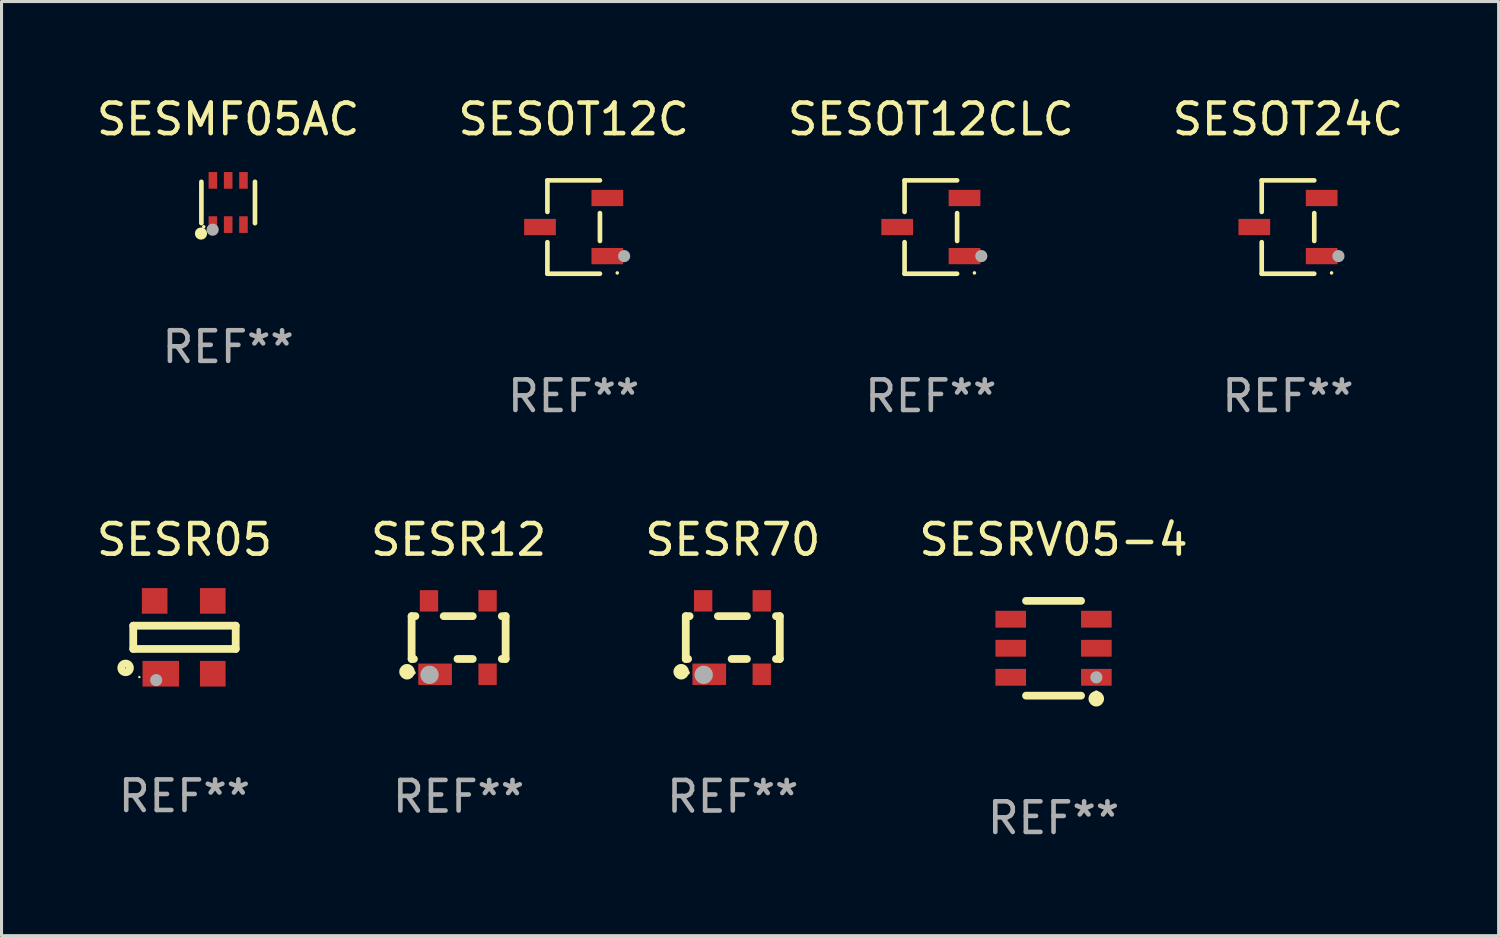
<source format=kicad_pcb>
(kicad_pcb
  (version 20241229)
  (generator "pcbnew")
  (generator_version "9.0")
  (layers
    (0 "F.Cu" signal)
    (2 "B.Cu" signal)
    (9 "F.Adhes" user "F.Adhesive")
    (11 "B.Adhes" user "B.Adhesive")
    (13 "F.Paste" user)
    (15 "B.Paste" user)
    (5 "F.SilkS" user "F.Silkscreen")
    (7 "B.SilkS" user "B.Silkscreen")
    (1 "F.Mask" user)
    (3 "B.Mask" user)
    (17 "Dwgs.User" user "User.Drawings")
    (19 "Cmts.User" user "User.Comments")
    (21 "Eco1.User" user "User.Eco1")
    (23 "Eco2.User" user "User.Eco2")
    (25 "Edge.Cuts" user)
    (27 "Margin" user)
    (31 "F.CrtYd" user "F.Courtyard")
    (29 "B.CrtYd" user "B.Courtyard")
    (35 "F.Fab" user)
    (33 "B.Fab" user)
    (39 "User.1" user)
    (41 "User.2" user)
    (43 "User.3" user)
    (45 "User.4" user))
  (footprint "SESR05"
    (layer "F.Cu")
    (at 2.982 17.789)
    (property "Reference" "SESR05" (at 0 -3.191 0) (layer "F.SilkS") (effects (font (size 1 1) (thickness 0.15))))
    (attr through_hole)
    (fp_line (start -1.675 -0.38) (end -1.675 0.38) (stroke (width 0.254) (type solid)) (layer "F.SilkS"))
    (fp_line (start -1.675 -0.38) (end 1.675 -0.38) (stroke (width 0.254) (type solid)) (layer "F.SilkS"))
    (fp_line (start -1.675 0.38) (end 1.675 0.38) (stroke (width 0.254) (type solid)) (layer "F.SilkS"))
    (fp_line (start 1.675 -0.38) (end 1.675 0.38) (stroke (width 0.254) (type solid)) (layer "F.SilkS"))
    (fp_circle (center -1.925 1) (end -1.783 1) (stroke (width 0.254) (type solid)) (fill no) (layer "F.SilkS"))
    (fp_circle (center -1.475 1.3) (end -1.455 1.3) (stroke (width 0.04) (type solid)) (fill no) (layer "F.SilkS"))
    (fp_circle (center -0.925 1.4) (end -0.825 1.4) (stroke (width 0.2) (type solid)) (fill no) (layer "F.Fab"))
    (fp_text user "REF**" (at 0 5.191 0) (layer "F.Fab") (effects (font (size 1 1) (thickness 0.15))))
    (pad "1" smd rect (at -0.775 1.191) (size 1.194 0.838) (layers "F.Cu" "F.Mask" "F.Paste"))
    (pad "2" smd rect (at 0.925 1.191) (size 0.838 0.838) (layers "F.Cu" "F.Mask" "F.Paste"))
    (pad "3" smd rect (at 0.925 -1.191) (size 0.838 0.838) (layers "F.Cu" "F.Mask" "F.Paste"))
    (pad "4" smd rect (at -0.975 -1.191) (size 0.838 0.838) (layers "F.Cu" "F.Mask" "F.Paste")))
  (footprint "SESOT24C"
    (layer "F.Cu")
    (at 39.065 4.374)
    (property "Reference" "SESOT24C" (at 0 -3.526 0) (layer "F.SilkS") (effects (font (size 1 1) (thickness 0.15))))
    (attr through_hole)
    (fp_line (start -0.859 -1.526) (end -0.859 -0.495) (stroke (width 0.152) (type solid)) (layer "F.SilkS"))
    (fp_line (start -0.859 1.526) (end -0.859 0.495) (stroke (width 0.152) (type solid)) (layer "F.SilkS"))
    (fp_line (start 0.859 -1.526) (end -0.859 -1.526) (stroke (width 0.152) (type solid)) (layer "F.SilkS"))
    (fp_line (start 0.859 -0.455) (end 0.859 0.455) (stroke (width 0.152) (type solid)) (layer "F.SilkS"))
    (fp_line (start 0.859 1.526) (end -0.859 1.526) (stroke (width 0.152) (type solid)) (layer "F.SilkS"))
    (fp_circle (center 1.425 1.5) (end 1.455 1.5) (stroke (width 0.06) (type solid)) (fill no) (layer "F.SilkS"))
    (fp_circle (center 1.65 0.95) (end 1.75 0.95) (stroke (width 0.2) (type solid)) (fill no) (layer "F.Fab"))
    (fp_text user "REF**" (at 0 5.526 0) (layer "F.Fab") (effects (font (size 1 1) (thickness 0.15))))
    (pad "1" smd rect (at 1.101 0.95) (size 1.037 0.532) (layers "F.Cu" "F.Mask" "F.Paste"))
    (pad "2" smd rect (at 1.101 -0.95) (size 1.037 0.532) (layers "F.Cu" "F.Mask" "F.Paste"))
    (pad "3" smd rect (at -1.101 0) (size 1.037 0.532) (layers "F.Cu" "F.Mask" "F.Paste")))
  (footprint "SESMF05AC"
    (layer "F.Cu")
    (at 4.411 3.571)
    (property "Reference" "SESMF05AC" (at 0 -2.723 0) (layer "F.SilkS") (effects (font (size 1 1) (thickness 0.15))))
    (attr through_hole)
    (fp_line (start -0.876 0.676) (end -0.876 -0.676) (stroke (width 0.152) (type solid)) (layer "F.SilkS"))
    (fp_line (start 0.876 0.676) (end 0.876 -0.676) (stroke (width 0.152) (type solid)) (layer "F.SilkS"))
    (fp_circle (center -0.889 1.016) (end -0.789 1.016) (stroke (width 0.2) (type solid)) (fill no) (layer "F.SilkS"))
    (fp_circle (center -0.8 0.795) (end -0.77 0.795) (stroke (width 0.06) (type solid)) (fill no) (layer "F.SilkS"))
    (fp_circle (center -0.508 0.889) (end -0.408 0.889) (stroke (width 0.2) (type solid)) (fill no) (layer "F.Fab"))
    (fp_text user "REF**" (at 0 4.723 0) (layer "F.Fab") (effects (font (size 1 1) (thickness 0.15))))
    (pad "1" smd rect (at -0.5 0.723) (size 0.28 0.545) (layers "F.Cu" "F.Mask" "F.Paste"))
    (pad "2" smd rect (at 0 0.723) (size 0.28 0.545) (layers "F.Cu" "F.Mask" "F.Paste"))
    (pad "3" smd rect (at 0.5 0.723) (size 0.28 0.545) (layers "F.Cu" "F.Mask" "F.Paste"))
    (pad "4" smd rect (at 0.5 -0.723) (size 0.28 0.545) (layers "F.Cu" "F.Mask" "F.Paste"))
    (pad "5" smd rect (at 0 -0.723) (size 0.28 0.545) (layers "F.Cu" "F.Mask" "F.Paste"))
    (pad "6" smd rect (at -0.5 -0.723) (size 0.28 0.545) (layers "F.Cu" "F.Mask" "F.Paste")))
  (footprint "SESOT12C"
    (layer "F.Cu")
    (at 15.708 4.374)
    (property "Reference" "SESOT12C" (at 0 -3.526 0) (layer "F.SilkS") (effects (font (size 1 1) (thickness 0.15))))
    (attr through_hole)
    (fp_line (start -0.859 -1.526) (end -0.859 -0.495) (stroke (width 0.152) (type solid)) (layer "F.SilkS"))
    (fp_line (start -0.859 1.526) (end -0.859 0.495) (stroke (width 0.152) (type solid)) (layer "F.SilkS"))
    (fp_line (start 0.859 -1.526) (end -0.859 -1.526) (stroke (width 0.152) (type solid)) (layer "F.SilkS"))
    (fp_line (start 0.859 -0.455) (end 0.859 0.455) (stroke (width 0.152) (type solid)) (layer "F.SilkS"))
    (fp_line (start 0.859 1.526) (end -0.859 1.526) (stroke (width 0.152) (type solid)) (layer "F.SilkS"))
    (fp_circle (center 1.425 1.5) (end 1.455 1.5) (stroke (width 0.06) (type solid)) (fill no) (layer "F.SilkS"))
    (fp_circle (center 1.65 0.95) (end 1.75 0.95) (stroke (width 0.2) (type solid)) (fill no) (layer "F.Fab"))
    (fp_text user "REF**" (at 0 5.526 0) (layer "F.Fab") (effects (font (size 1 1) (thickness 0.15))))
    (pad "1" smd rect (at 1.101 0.95) (size 1.037 0.532) (layers "F.Cu" "F.Mask" "F.Paste"))
    (pad "2" smd rect (at 1.101 -0.95) (size 1.037 0.532) (layers "F.Cu" "F.Mask" "F.Paste"))
    (pad "3" smd rect (at -1.101 0) (size 1.037 0.532) (layers "F.Cu" "F.Mask" "F.Paste")))
  (footprint "SESOT12CLC"
    (layer "F.Cu")
    (at 27.387 4.374)
    (property "Reference" "SESOT12CLC" (at 0 -3.526 0) (layer "F.SilkS") (effects (font (size 1 1) (thickness 0.15))))
    (attr through_hole)
    (fp_line (start -0.859 -1.526) (end -0.859 -0.495) (stroke (width 0.152) (type solid)) (layer "F.SilkS"))
    (fp_line (start -0.859 1.526) (end -0.859 0.495) (stroke (width 0.152) (type solid)) (layer "F.SilkS"))
    (fp_line (start 0.859 -1.526) (end -0.859 -1.526) (stroke (width 0.152) (type solid)) (layer "F.SilkS"))
    (fp_line (start 0.859 -0.455) (end 0.859 0.455) (stroke (width 0.152) (type solid)) (layer "F.SilkS"))
    (fp_line (start 0.859 1.526) (end -0.859 1.526) (stroke (width 0.152) (type solid)) (layer "F.SilkS"))
    (fp_circle (center 1.425 1.5) (end 1.455 1.5) (stroke (width 0.06) (type solid)) (fill no) (layer "F.SilkS"))
    (fp_circle (center 1.65 0.95) (end 1.75 0.95) (stroke (width 0.2) (type solid)) (fill no) (layer "F.Fab"))
    (fp_text user "REF**" (at 0 5.526 0) (layer "F.Fab") (effects (font (size 1 1) (thickness 0.15))))
    (pad "1" smd rect (at 1.101 0.95) (size 1.037 0.532) (layers "F.Cu" "F.Mask" "F.Paste"))
    (pad "2" smd rect (at 1.101 -0.95) (size 1.037 0.532) (layers "F.Cu" "F.Mask" "F.Paste"))
    (pad "3" smd rect (at -1.101 0) (size 1.037 0.532) (layers "F.Cu" "F.Mask" "F.Paste")))
  (footprint "SESRV05-4"
    (layer "F.Cu")
    (at 31.399 18.147)
    (property "Reference" "SESRV05-4" (at 0 -3.55 0) (layer "F.SilkS") (effects (font (size 1 1) (thickness 0.15))))
    (attr through_hole)
    (fp_line (start -0.9 -1.55) (end 0.9 -1.55) (stroke (width 0.254) (type solid)) (layer "F.SilkS"))
    (fp_line (start -0.9 1.55) (end 0.9 1.55) (stroke (width 0.254) (type solid)) (layer "F.SilkS"))
    (fp_circle (center 1.397 1.651) (end 1.524 1.651) (stroke (width 0.254) (type solid)) (fill no) (layer "F.SilkS"))
    (fp_circle (center 1.4 1.435) (end 1.43 1.435) (stroke (width 0.06) (type solid)) (fill no) (layer "F.SilkS"))
    (fp_circle (center 1.4 0.95) (end 1.5 0.95) (stroke (width 0.2) (type solid)) (fill no) (layer "F.Fab"))
    (fp_text user "REF**" (at 0 5.55 0) (layer "F.Fab") (effects (font (size 1 1) (thickness 0.15))))
    (pad "1" smd rect (at 1.4 0.95) (size 1 0.55) (layers "F.Cu" "F.Mask" "F.Paste"))
    (pad "2" smd rect (at 1.4 -0.000102) (size 1 0.55) (layers "F.Cu" "F.Mask" "F.Paste"))
    (pad "3" smd rect (at 1.4 -0.95) (size 1 0.55) (layers "F.Cu" "F.Mask" "F.Paste"))
    (pad "4" smd rect (at -1.4 -0.95) (size 1 0.55) (layers "F.Cu" "F.Mask" "F.Paste"))
    (pad "5" smd rect (at -1.4 -0.000102) (size 1 0.55) (layers "F.Cu" "F.Mask" "F.Paste"))
    (pad "6" smd rect (at -1.4 0.95) (size 1 0.55) (layers "F.Cu" "F.Mask" "F.Paste")))
  (footprint "SESR70"
    (layer "F.Cu")
    (at 20.911 17.797)
    (property "Reference" "SESR70" (at 0 -3.2 0) (layer "F.SilkS") (effects (font (size 1 1) (thickness 0.15))))
    (attr through_hole)
    (fp_line (start -1.537 -0.7) (end -1.412 -0.7) (stroke (width 0.254) (type solid)) (layer "F.SilkS"))
    (fp_line (start -1.537 0.7) (end -1.537 -0.7) (stroke (width 0.254) (type solid)) (layer "F.SilkS"))
    (fp_line (start -1.537 0.7) (end -1.462 0.7) (stroke (width 0.254) (type solid)) (layer "F.SilkS"))
    (fp_line (start -0.488 -0.7) (end 0.462 -0.7) (stroke (width 0.254) (type solid)) (layer "F.SilkS"))
    (fp_line (start -0.038 0.7) (end 0.462 0.7) (stroke (width 0.254) (type solid)) (layer "F.SilkS"))
    (fp_line (start 1.412 -0.7) (end 1.537 -0.7) (stroke (width 0.254) (type solid)) (layer "F.SilkS"))
    (fp_line (start 1.412 0.7) (end 1.537 0.7) (stroke (width 0.254) (type solid)) (layer "F.SilkS"))
    (fp_line (start 1.537 0.7) (end 1.537 -0.7) (stroke (width 0.254) (type solid)) (layer "F.SilkS"))
    (fp_circle (center -1.687 1.118) (end -1.56 1.118) (stroke (width 0.254) (type solid)) (fill no) (layer "F.SilkS"))
    (fp_circle (center -1.461 1.15) (end -1.431 1.15) (stroke (width 0.06) (type solid)) (fill no) (layer "F.SilkS"))
    (fp_circle (center -0.951 1.219) (end -0.801 1.219) (stroke (width 0.3) (type solid)) (fill no) (layer "F.Fab"))
    (fp_text user "REF**" (at 0 5.2 0) (layer "F.Fab") (effects (font (size 1 1) (thickness 0.15))))
    (pad "1" smd rect (at -0.769 1.2) (size 1.1 0.7) (layers "F.Cu" "F.Mask" "F.Paste"))
    (pad "2" smd rect (at 0.947 1.2) (size 0.6 0.7) (layers "F.Cu" "F.Mask" "F.Paste"))
    (pad "3" smd rect (at 0.947 -1.2) (size 0.6 0.7) (layers "F.Cu" "F.Mask" "F.Paste"))
    (pad "4" smd rect (at -0.969 -1.2) (size 0.6 0.7) (layers "F.Cu" "F.Mask" "F.Paste")))
  (footprint "SESR12"
    (layer "F.Cu")
    (at 11.946 17.797)
    (property "Reference" "SESR12" (at 0 -3.2 0) (layer "F.SilkS") (effects (font (size 1 1) (thickness 0.15))))
    (attr through_hole)
    (fp_line (start -1.537 -0.7) (end -1.412 -0.7) (stroke (width 0.254) (type solid)) (layer "F.SilkS"))
    (fp_line (start -1.537 0.7) (end -1.537 -0.7) (stroke (width 0.254) (type solid)) (layer "F.SilkS"))
    (fp_line (start -1.537 0.7) (end -1.462 0.7) (stroke (width 0.254) (type solid)) (layer "F.SilkS"))
    (fp_line (start -0.488 -0.7) (end 0.462 -0.7) (stroke (width 0.254) (type solid)) (layer "F.SilkS"))
    (fp_line (start -0.038 0.7) (end 0.462 0.7) (stroke (width 0.254) (type solid)) (layer "F.SilkS"))
    (fp_line (start 1.412 -0.7) (end 1.537 -0.7) (stroke (width 0.254) (type solid)) (layer "F.SilkS"))
    (fp_line (start 1.412 0.7) (end 1.537 0.7) (stroke (width 0.254) (type solid)) (layer "F.SilkS"))
    (fp_line (start 1.537 0.7) (end 1.537 -0.7) (stroke (width 0.254) (type solid)) (layer "F.SilkS"))
    (fp_circle (center -1.687 1.118) (end -1.56 1.118) (stroke (width 0.254) (type solid)) (fill no) (layer "F.SilkS"))
    (fp_circle (center -1.461 1.15) (end -1.431 1.15) (stroke (width 0.06) (type solid)) (fill no) (layer "F.SilkS"))
    (fp_circle (center -0.951 1.219) (end -0.801 1.219) (stroke (width 0.3) (type solid)) (fill no) (layer "F.Fab"))
    (fp_text user "REF**" (at 0 5.2 0) (layer "F.Fab") (effects (font (size 1 1) (thickness 0.15))))
    (pad "1" smd rect (at -0.769 1.2) (size 1.1 0.7) (layers "F.Cu" "F.Mask" "F.Paste"))
    (pad "2" smd rect (at 0.947 1.2) (size 0.6 0.7) (layers "F.Cu" "F.Mask" "F.Paste"))
    (pad "3" smd rect (at 0.947 -1.2) (size 0.6 0.7) (layers "F.Cu" "F.Mask" "F.Paste"))
    (pad "4" smd rect (at -0.969 -1.2) (size 0.6 0.7) (layers "F.Cu" "F.Mask" "F.Paste")))
  (gr_rect
    (start -3 -3)
    (end 45.952 27.545)
    (stroke (width 0.1) (type default))
    (fill no)
    (layer "Edge.Cuts")))
</source>
